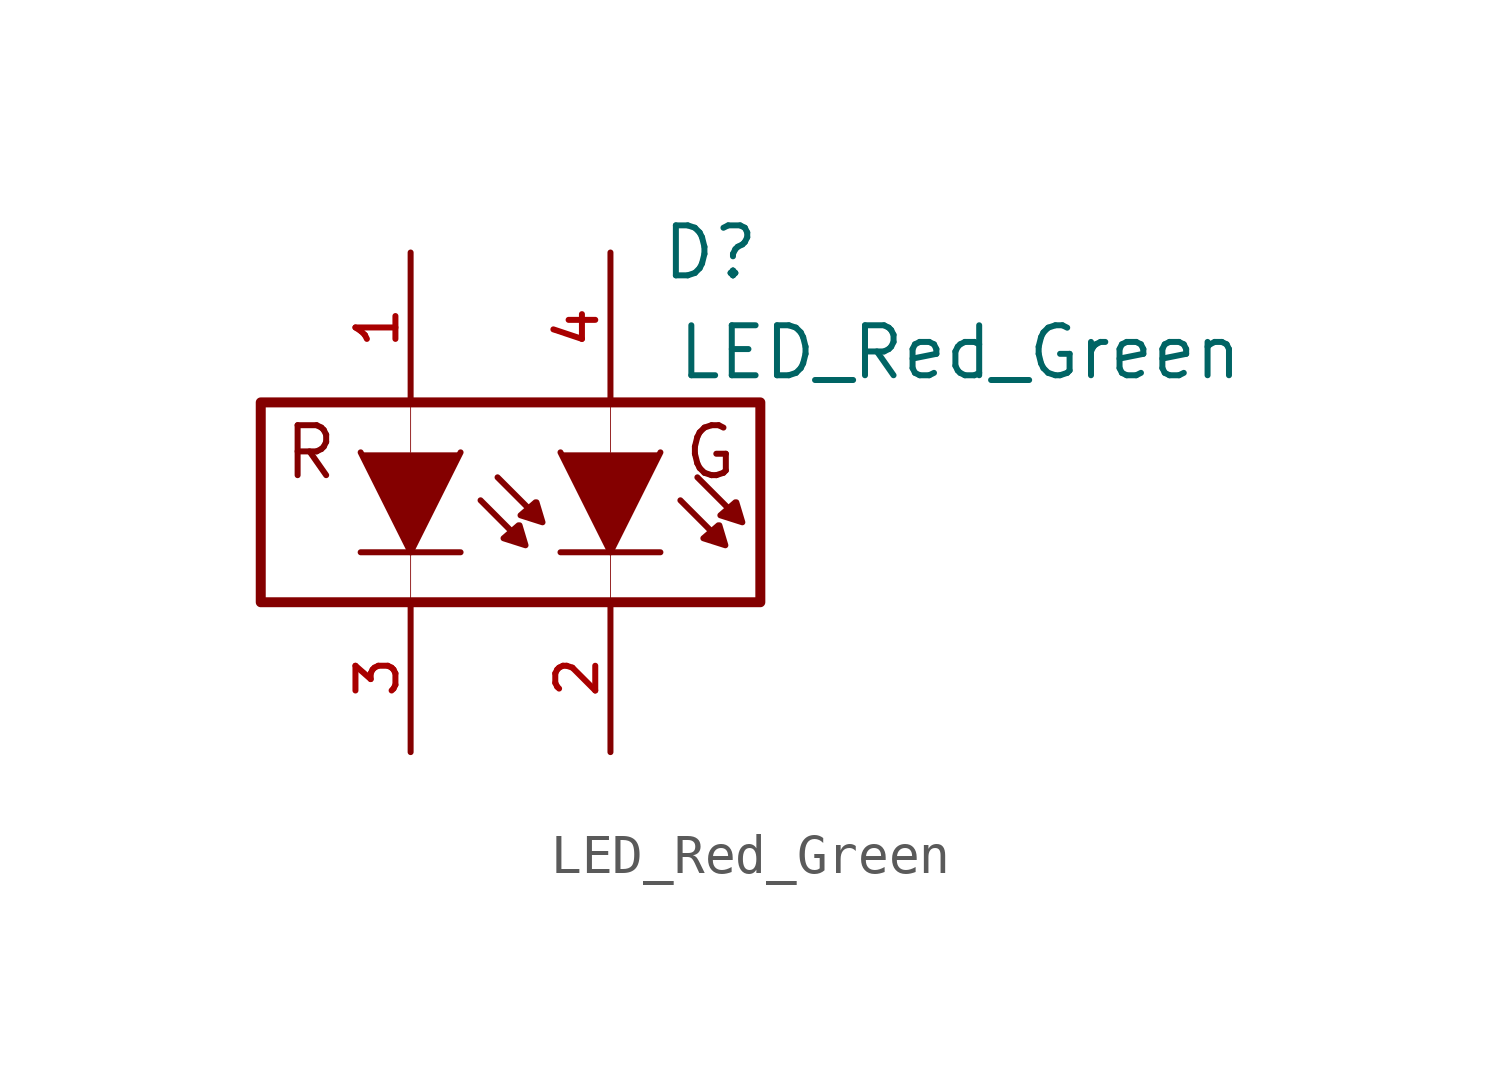
<source format=kicad_sym>
(kicad_symbol_lib
  (version 20220914)
  (generator kicad_symbol_editor)
  (symbol "LED_Red_Green"
    (pin_names
      (offset 1.016) hide)
    (property "Reference" "D"
      (at 7.62 0 0)
      (effects (font (size 1.27 1.27))))
    (property "Value" "LED_Red_Green"
      (at 13.97 -2.54 0)
      (effects (font (size 1.27 1.27))))
    (symbol "LED_Red_Green_0_0"
      (text "G" (at 7.62 -5.08 0) (effects (font (size 1.27 1.27))))
      (text "R" (at -2.54 -5.08 0) (effects (font (size 1.27 1.27)))))
    (symbol "LED_Red_Green_0_1"
      (rectangle (start -3.81 -3.81) (end 8.89 -8.89) (stroke (width 0.254) (type default)) (fill (type none)))
      (polyline (pts (xy 0 -7.62) (xy 0 -8.89)) (stroke (width 0.001) (type default)) (fill (type none)))
      (polyline (pts (xy 0 -3.81) (xy 0 -5.08)) (stroke (width 0.001) (type default)) (fill (type none)))
      (polyline (pts (xy 1.27 -7.62) (xy -1.27 -7.62)) (stroke (width 0) (type default)) (fill (type none)))
      (polyline (pts (xy 2.565 -7.087) (xy 1.778 -6.299)) (stroke (width 0) (type default)) (fill (type none)))
      (polyline (pts (xy 2.997 -6.502) (xy 2.21 -5.715)) (stroke (width 0) (type default)) (fill (type none)))
      (polyline (pts (xy 5.08 -7.62) (xy 5.08 -8.89)) (stroke (width 0.001) (type default)) (fill (type none)))
      (polyline (pts (xy 5.08 -3.81) (xy 5.08 -5.08)) (stroke (width 0.001) (type default)) (fill (type none)))
      (polyline (pts (xy 6.35 -7.62) (xy 3.81 -7.62)) (stroke (width 0) (type default)) (fill (type none)))
      (polyline (pts (xy 7.645 -7.087) (xy 6.858 -6.299)) (stroke (width 0) (type default)) (fill (type none)))
      (polyline (pts (xy 8.077 -6.502) (xy 7.29 -5.715)) (stroke (width 0) (type default)) (fill (type none)))
      (polyline (pts (xy 1.27 -5.08) (xy 0 -7.62) (xy -1.27 -5.08)) (stroke (width 0) (type default)) (fill (type outline)))
      (polyline (pts (xy 6.35 -5.08) (xy 5.08 -7.62) (xy 3.81 -5.08)) (stroke (width 0) (type default)) (fill (type outline)))
      (polyline (pts (xy 2.769 -6.934) (xy 2.921 -7.442) (xy 2.362 -7.264) (xy 2.743 -6.934)) (stroke (width 0) (type default)) (fill (type outline)))
      (polyline (pts (xy 3.2 -6.35) (xy 3.353 -6.858) (xy 2.794 -6.68) (xy 3.175 -6.35)) (stroke (width 0) (type default)) (fill (type outline)))
      (polyline (pts (xy 7.849 -6.934) (xy 8.001 -7.442) (xy 7.442 -7.264) (xy 7.823 -6.934)) (stroke (width 0) (type default)) (fill (type outline)))
      (polyline (pts (xy 8.28 -6.35) (xy 8.433 -6.858) (xy 7.874 -6.68) (xy 8.255 -6.35)) (stroke (width 0) (type default)) (fill (type outline))))
    (symbol "LED_Red_Green_1_1"
      (pin passive line (at 0 0 270) (length 3.81) (name "A" (effects (font (size 1.016 1.016)))) (number "1" (effects (font (size 1.016 1.016)))))
      (pin passive line (at 5.08 -12.7 90) (length 3.81) (name "K" (effects (font (size 1.016 1.016)))) (number "2" (effects (font (size 1.016 1.016)))))
      (pin passive line (at 0 -12.7 90) (length 3.81) (name "K" (effects (font (size 1.016 1.016)))) (number "3" (effects (font (size 1.016 1.016)))))
      (pin passive line (at 5.08 0 270) (length 3.81) (name "A" (effects (font (size 1.016 1.016)))) (number "4" (effects (font (size 1.016 1.016))))))))
</source>
